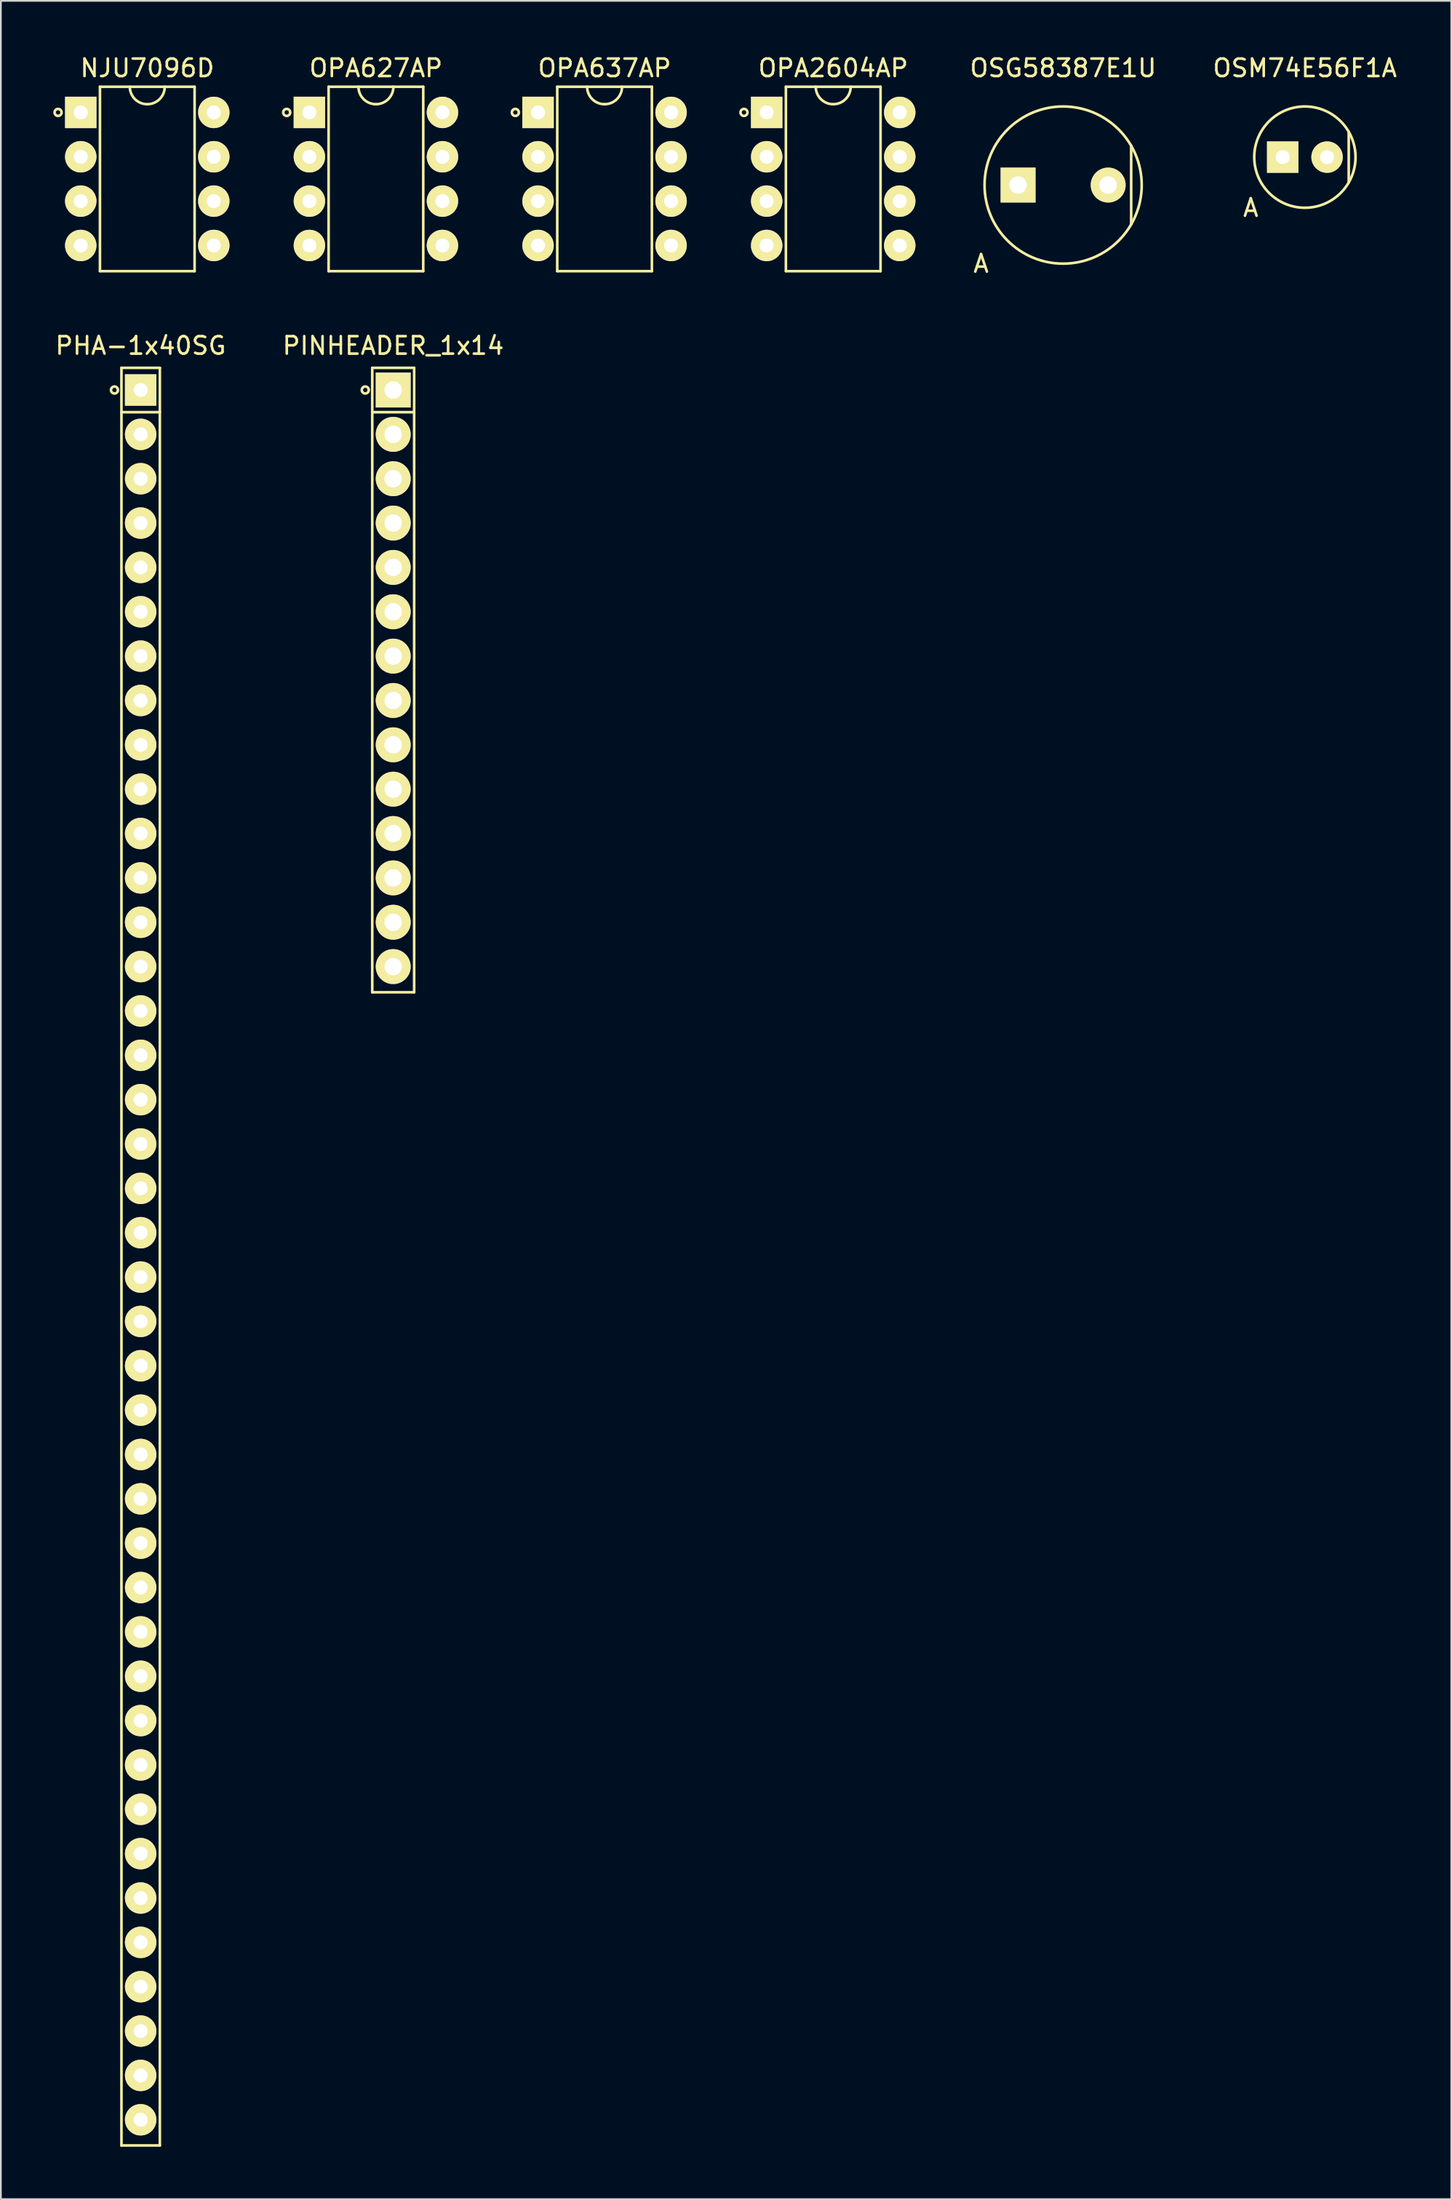
<source format=kicad_pcb>
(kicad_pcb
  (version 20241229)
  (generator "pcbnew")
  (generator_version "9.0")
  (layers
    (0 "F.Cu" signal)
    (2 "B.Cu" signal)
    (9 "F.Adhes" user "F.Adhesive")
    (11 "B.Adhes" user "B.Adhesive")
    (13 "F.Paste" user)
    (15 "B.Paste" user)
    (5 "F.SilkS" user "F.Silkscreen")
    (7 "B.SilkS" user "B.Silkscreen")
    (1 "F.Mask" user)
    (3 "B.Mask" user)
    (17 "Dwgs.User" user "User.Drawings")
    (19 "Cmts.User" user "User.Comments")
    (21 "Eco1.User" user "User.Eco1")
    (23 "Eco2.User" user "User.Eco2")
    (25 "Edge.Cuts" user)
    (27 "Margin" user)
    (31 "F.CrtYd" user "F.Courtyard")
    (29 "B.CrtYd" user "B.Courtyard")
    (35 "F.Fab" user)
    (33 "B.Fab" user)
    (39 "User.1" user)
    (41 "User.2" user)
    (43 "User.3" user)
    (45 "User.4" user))
  (footprint "OPA637AP"
    (layer "F.Cu")
    (at 27.765 3.388)
    (property "Reference" "OPA637AP" (at 3.81 -2.54 0) (layer "F.SilkS") (effects (font (size 1 1) (thickness 0.15))))
    (attr through_hole)
    (fp_line (start 1.1 -1.47) (end 6.52 -1.47) (stroke (width 0.15) (type solid)) (layer "F.SilkS"))
    (fp_line (start 1.1 9.09) (end 1.1 -1.47) (stroke (width 0.15) (type solid)) (layer "F.SilkS"))
    (fp_line (start 6.52 -1.47) (end 6.52 9.09) (stroke (width 0.15) (type solid)) (layer "F.SilkS"))
    (fp_line (start 6.52 9.09) (end 1.1 9.09) (stroke (width 0.15) (type solid)) (layer "F.SilkS"))
    (fp_arc (start 3.81 -0.47) (mid 3.102893 -0.762893) (end 2.81 -1.47) (stroke (width 0.15) (type solid)) (layer "F.SilkS"))
    (fp_arc (start 4.81 -1.47) (mid 4.517107 -0.762893) (end 3.81 -0.47) (stroke (width 0.15) (type solid)) (layer "F.SilkS"))
    (fp_circle (center -1.3 0) (end -1.3 0.2) (stroke (width 0.15) (type solid)) (fill no) (layer "F.SilkS"))
    (pad "1" thru_hole rect (at 0 0) (size 1.8 1.8) (drill 0.8) (layers "*.Cu" "*.Mask" "F.SilkS"))
    (pad "2" thru_hole circle (at 0 2.54) (size 1.8 1.8) (drill 0.8) (layers "*.Cu" "*.Mask" "F.SilkS"))
    (pad "3" thru_hole circle (at 0 5.08) (size 1.8 1.8) (drill 0.8) (layers "*.Cu" "*.Mask" "F.SilkS"))
    (pad "4" thru_hole circle (at 0 7.62) (size 1.8 1.8) (drill 0.8) (layers "*.Cu" "*.Mask" "F.SilkS"))
    (pad "5" thru_hole circle (at 7.62 7.62) (size 1.8 1.8) (drill 0.8) (layers "*.Cu" "*.Mask" "F.SilkS"))
    (pad "6" thru_hole circle (at 7.62 5.08) (size 1.8 1.8) (drill 0.8) (layers "*.Cu" "*.Mask" "F.SilkS"))
    (pad "7" thru_hole circle (at 7.62 2.54) (size 1.8 1.8) (drill 0.8) (layers "*.Cu" "*.Mask" "F.SilkS"))
    (pad "8" thru_hole circle (at 7.62 0) (size 1.8 1.8) (drill 0.8) (layers "*.Cu" "*.Mask" "F.SilkS")))
  (footprint "OPA627AP"
    (layer "F.Cu")
    (at 14.67 3.388)
    (property "Reference" "OPA627AP" (at 3.81 -2.54 0) (layer "F.SilkS") (effects (font (size 1 1) (thickness 0.15))))
    (attr through_hole)
    (fp_line (start 1.1 -1.47) (end 6.52 -1.47) (stroke (width 0.15) (type solid)) (layer "F.SilkS"))
    (fp_line (start 1.1 9.09) (end 1.1 -1.47) (stroke (width 0.15) (type solid)) (layer "F.SilkS"))
    (fp_line (start 6.52 -1.47) (end 6.52 9.09) (stroke (width 0.15) (type solid)) (layer "F.SilkS"))
    (fp_line (start 6.52 9.09) (end 1.1 9.09) (stroke (width 0.15) (type solid)) (layer "F.SilkS"))
    (fp_arc (start 3.81 -0.47) (mid 3.102893 -0.762893) (end 2.81 -1.47) (stroke (width 0.15) (type solid)) (layer "F.SilkS"))
    (fp_arc (start 4.81 -1.47) (mid 4.517107 -0.762893) (end 3.81 -0.47) (stroke (width 0.15) (type solid)) (layer "F.SilkS"))
    (fp_circle (center -1.3 0) (end -1.3 0.2) (stroke (width 0.15) (type solid)) (fill no) (layer "F.SilkS"))
    (pad "1" thru_hole rect (at 0 0) (size 1.8 1.8) (drill 0.8) (layers "*.Cu" "*.Mask" "F.SilkS"))
    (pad "2" thru_hole circle (at 0 2.54) (size 1.8 1.8) (drill 0.8) (layers "*.Cu" "*.Mask" "F.SilkS"))
    (pad "3" thru_hole circle (at 0 5.08) (size 1.8 1.8) (drill 0.8) (layers "*.Cu" "*.Mask" "F.SilkS"))
    (pad "4" thru_hole circle (at 0 7.62) (size 1.8 1.8) (drill 0.8) (layers "*.Cu" "*.Mask" "F.SilkS"))
    (pad "5" thru_hole circle (at 7.62 7.62) (size 1.8 1.8) (drill 0.8) (layers "*.Cu" "*.Mask" "F.SilkS"))
    (pad "6" thru_hole circle (at 7.62 5.08) (size 1.8 1.8) (drill 0.8) (layers "*.Cu" "*.Mask" "F.SilkS"))
    (pad "7" thru_hole circle (at 7.62 2.54) (size 1.8 1.8) (drill 0.8) (layers "*.Cu" "*.Mask" "F.SilkS"))
    (pad "8" thru_hole circle (at 7.62 0) (size 1.8 1.8) (drill 0.8) (layers "*.Cu" "*.Mask" "F.SilkS")))
  (footprint "PINHEADER_1x14"
    (layer "F.Cu")
    (at 19.47 19.285)
    (property "Reference" "PINHEADER_1x14" (at 0 -2.54 0) (layer "F.SilkS") (effects (font (size 1 1) (thickness 0.15))))
    (attr through_hole)
    (fp_line (start -1.2 -1.27) (end 1.2 -1.27) (stroke (width 0.15) (type solid)) (layer "F.SilkS"))
    (fp_line (start -1.2 1.27) (end 1.2 1.27) (stroke (width 0.15) (type solid)) (layer "F.SilkS"))
    (fp_line (start -1.2 34.49) (end -1.2 -1.27) (stroke (width 0.15) (type solid)) (layer "F.SilkS"))
    (fp_line (start 1.2 -1.27) (end 1.2 34.49) (stroke (width 0.15) (type solid)) (layer "F.SilkS"))
    (fp_line (start 1.2 34.49) (end -1.2 34.49) (stroke (width 0.15) (type solid)) (layer "F.SilkS"))
    (fp_circle (center -1.6 0) (end -1.6 0.2) (stroke (width 0.15) (type solid)) (fill no) (layer "F.SilkS"))
    (pad "1" thru_hole rect (at 0 0) (size 2 2) (drill 1) (layers "*.Cu" "*.Mask" "F.SilkS"))
    (pad "2" thru_hole circle (at 0 2.54) (size 2 2) (drill 1) (layers "*.Cu" "*.Mask" "F.SilkS"))
    (pad "3" thru_hole circle (at 0 5.08) (size 2 2) (drill 1) (layers "*.Cu" "*.Mask" "F.SilkS"))
    (pad "4" thru_hole circle (at 0 7.62) (size 2 2) (drill 1) (layers "*.Cu" "*.Mask" "F.SilkS"))
    (pad "5" thru_hole circle (at 0 10.16) (size 2 2) (drill 1) (layers "*.Cu" "*.Mask" "F.SilkS"))
    (pad "6" thru_hole circle (at 0 12.7) (size 2 2) (drill 1) (layers "*.Cu" "*.Mask" "F.SilkS"))
    (pad "7" thru_hole circle (at 0 15.24) (size 2 2) (drill 1) (layers "*.Cu" "*.Mask" "F.SilkS"))
    (pad "8" thru_hole circle (at 0 17.78) (size 2 2) (drill 1) (layers "*.Cu" "*.Mask" "F.SilkS"))
    (pad "9" thru_hole circle (at 0 20.32) (size 2 2) (drill 1) (layers "*.Cu" "*.Mask" "F.SilkS"))
    (pad "10" thru_hole circle (at 0 22.86) (size 2 2) (drill 1) (layers "*.Cu" "*.Mask" "F.SilkS"))
    (pad "11" thru_hole circle (at 0 25.4) (size 2 2) (drill 1) (layers "*.Cu" "*.Mask" "F.SilkS"))
    (pad "12" thru_hole circle (at 0 27.94) (size 2 2) (drill 1) (layers "*.Cu" "*.Mask" "F.SilkS"))
    (pad "13" thru_hole circle (at 0 30.48) (size 2 2) (drill 1) (layers "*.Cu" "*.Mask" "F.SilkS"))
    (pad "14" thru_hole circle (at 0 33.02) (size 2 2) (drill 1) (layers "*.Cu" "*.Mask" "F.SilkS")))
  (footprint "OSM74E56F1A"
    (layer "F.Cu")
    (at 70.414 5.948)
    (property "Reference" "OSM74E56F1A" (at 1.27 -5.1 0) (layer "F.SilkS") (effects (font (size 1 1) (thickness 0.15))))
    (attr through_hole)
    (fp_line (start 3.781 1.45) (end 3.781 -1.45) (stroke (width 0.15) (type solid)) (layer "F.SilkS"))
    (fp_circle (center 1.27 0) (end 1.27 -2.9) (stroke (width 0.15) (type solid)) (fill no) (layer "F.SilkS"))
    (fp_text user "A" (at -1.83 2.9 0) (layer "F.SilkS") (effects (font (size 1 1) (thickness 0.15))))
    (pad "1" thru_hole rect (at 0 0) (size 1.8 1.8) (drill 0.8) (layers "*.Cu" "*.Mask" "F.SilkS"))
    (pad "2" thru_hole circle (at 2.54 0) (size 1.8 1.8) (drill 0.8) (layers "*.Cu" "*.Mask" "F.SilkS")))
  (footprint "OPA2604AP"
    (layer "F.Cu")
    (at 40.86 3.388)
    (property "Reference" "OPA2604AP" (at 3.81 -2.54 0) (layer "F.SilkS") (effects (font (size 1 1) (thickness 0.15))))
    (attr through_hole)
    (fp_line (start 1.1 -1.47) (end 6.52 -1.47) (stroke (width 0.15) (type solid)) (layer "F.SilkS"))
    (fp_line (start 1.1 9.09) (end 1.1 -1.47) (stroke (width 0.15) (type solid)) (layer "F.SilkS"))
    (fp_line (start 6.52 -1.47) (end 6.52 9.09) (stroke (width 0.15) (type solid)) (layer "F.SilkS"))
    (fp_line (start 6.52 9.09) (end 1.1 9.09) (stroke (width 0.15) (type solid)) (layer "F.SilkS"))
    (fp_arc (start 3.81 -0.47) (mid 3.102893 -0.762893) (end 2.81 -1.47) (stroke (width 0.15) (type solid)) (layer "F.SilkS"))
    (fp_arc (start 4.81 -1.47) (mid 4.517107 -0.762893) (end 3.81 -0.47) (stroke (width 0.15) (type solid)) (layer "F.SilkS"))
    (fp_circle (center -1.3 0) (end -1.3 0.2) (stroke (width 0.15) (type solid)) (fill no) (layer "F.SilkS"))
    (pad "1" thru_hole rect (at 0 0) (size 1.8 1.8) (drill 0.8) (layers "*.Cu" "*.Mask" "F.SilkS"))
    (pad "2" thru_hole circle (at 0 2.54) (size 1.8 1.8) (drill 0.8) (layers "*.Cu" "*.Mask" "F.SilkS"))
    (pad "3" thru_hole circle (at 0 5.08) (size 1.8 1.8) (drill 0.8) (layers "*.Cu" "*.Mask" "F.SilkS"))
    (pad "4" thru_hole circle (at 0 7.62) (size 1.8 1.8) (drill 0.8) (layers "*.Cu" "*.Mask" "F.SilkS"))
    (pad "5" thru_hole circle (at 7.62 7.62) (size 1.8 1.8) (drill 0.8) (layers "*.Cu" "*.Mask" "F.SilkS"))
    (pad "6" thru_hole circle (at 7.62 5.08) (size 1.8 1.8) (drill 0.8) (layers "*.Cu" "*.Mask" "F.SilkS"))
    (pad "7" thru_hole circle (at 7.62 2.54) (size 1.8 1.8) (drill 0.8) (layers "*.Cu" "*.Mask" "F.SilkS"))
    (pad "8" thru_hole circle (at 7.62 0) (size 1.8 1.8) (drill 0.8) (layers "*.Cu" "*.Mask" "F.SilkS")))
  (footprint "NJU7096D"
    (layer "F.Cu")
    (at 1.575 3.388)
    (property "Reference" "NJU7096D" (at 3.81 -2.54 0) (layer "F.SilkS") (effects (font (size 1 1) (thickness 0.15))))
    (attr through_hole)
    (fp_line (start 1.1 -1.47) (end 6.52 -1.47) (stroke (width 0.15) (type solid)) (layer "F.SilkS"))
    (fp_line (start 1.1 9.09) (end 1.1 -1.47) (stroke (width 0.15) (type solid)) (layer "F.SilkS"))
    (fp_line (start 6.52 -1.47) (end 6.52 9.09) (stroke (width 0.15) (type solid)) (layer "F.SilkS"))
    (fp_line (start 6.52 9.09) (end 1.1 9.09) (stroke (width 0.15) (type solid)) (layer "F.SilkS"))
    (fp_arc (start 3.81 -0.47) (mid 3.102893 -0.762893) (end 2.81 -1.47) (stroke (width 0.15) (type solid)) (layer "F.SilkS"))
    (fp_arc (start 4.81 -1.47) (mid 4.517107 -0.762893) (end 3.81 -0.47) (stroke (width 0.15) (type solid)) (layer "F.SilkS"))
    (fp_circle (center -1.3 0) (end -1.3 0.2) (stroke (width 0.15) (type solid)) (fill no) (layer "F.SilkS"))
    (pad "1" thru_hole rect (at 0 0) (size 1.8 1.8) (drill 0.8) (layers "*.Cu" "*.Mask" "F.SilkS"))
    (pad "2" thru_hole circle (at 0 2.54) (size 1.8 1.8) (drill 0.8) (layers "*.Cu" "*.Mask" "F.SilkS"))
    (pad "3" thru_hole circle (at 0 5.08) (size 1.8 1.8) (drill 0.8) (layers "*.Cu" "*.Mask" "F.SilkS"))
    (pad "4" thru_hole circle (at 0 7.62) (size 1.8 1.8) (drill 0.8) (layers "*.Cu" "*.Mask" "F.SilkS"))
    (pad "5" thru_hole circle (at 7.62 7.62) (size 1.8 1.8) (drill 0.8) (layers "*.Cu" "*.Mask" "F.SilkS"))
    (pad "6" thru_hole circle (at 7.62 5.08) (size 1.8 1.8) (drill 0.8) (layers "*.Cu" "*.Mask" "F.SilkS"))
    (pad "7" thru_hole circle (at 7.62 2.54) (size 1.8 1.8) (drill 0.8) (layers "*.Cu" "*.Mask" "F.SilkS"))
    (pad "8" thru_hole circle (at 7.62 0) (size 1.8 1.8) (drill 0.8) (layers "*.Cu" "*.Mask" "F.SilkS")))
  (footprint "OSG58387E1U"
    (layer "F.Cu")
    (at 55.258 7.548)
    (property "Reference" "OSG58387E1U" (at 2.58 -6.7 0) (layer "F.SilkS") (effects (font (size 1 1) (thickness 0.15))))
    (attr through_hole)
    (fp_line (start 6.477 2.25) (end 6.477 -2.25) (stroke (width 0.15) (type solid)) (layer "F.SilkS"))
    (fp_circle (center 2.58 0) (end 2.58 -4.5) (stroke (width 0.15) (type solid)) (fill no) (layer "F.SilkS"))
    (fp_text user "A" (at -2.12 4.5 0) (layer "F.SilkS") (effects (font (size 1 1) (thickness 0.15))))
    (pad "1" thru_hole rect (at 0 0) (size 2 2) (drill 1) (layers "*.Cu" "*.Mask" "F.SilkS"))
    (pad "2" thru_hole circle (at 5.16 0) (size 2 2) (drill 1) (layers "*.Cu" "*.Mask" "F.SilkS")))
  (footprint "PHA-1x40SG"
    (layer "F.Cu")
    (at 5.006 19.285)
    (property "Reference" "PHA-1x40SG" (at 0 -2.54 0) (layer "F.SilkS") (effects (font (size 1 1) (thickness 0.15))))
    (attr through_hole)
    (fp_line (start -1.1 -1.27) (end 1.1 -1.27) (stroke (width 0.15) (type solid)) (layer "F.SilkS"))
    (fp_line (start -1.1 1.27) (end 1.1 1.27) (stroke (width 0.15) (type solid)) (layer "F.SilkS"))
    (fp_line (start -1.1 100.53) (end -1.1 -1.27) (stroke (width 0.15) (type solid)) (layer "F.SilkS"))
    (fp_line (start 1.1 -1.27) (end 1.1 100.53) (stroke (width 0.15) (type solid)) (layer "F.SilkS"))
    (fp_line (start 1.1 100.53) (end -1.1 100.53) (stroke (width 0.15) (type solid)) (layer "F.SilkS"))
    (fp_circle (center -1.5 0) (end -1.5 0.2) (stroke (width 0.15) (type solid)) (fill no) (layer "F.SilkS"))
    (pad "1" thru_hole rect (at 0 0) (size 1.8 1.8) (drill 0.8) (layers "*.Cu" "*.Mask" "F.SilkS"))
    (pad "2" thru_hole circle (at 0 2.54) (size 1.8 1.8) (drill 0.8) (layers "*.Cu" "*.Mask" "F.SilkS"))
    (pad "3" thru_hole circle (at 0 5.08) (size 1.8 1.8) (drill 0.8) (layers "*.Cu" "*.Mask" "F.SilkS"))
    (pad "4" thru_hole circle (at 0 7.62) (size 1.8 1.8) (drill 0.8) (layers "*.Cu" "*.Mask" "F.SilkS"))
    (pad "5" thru_hole circle (at 0 10.16) (size 1.8 1.8) (drill 0.8) (layers "*.Cu" "*.Mask" "F.SilkS"))
    (pad "6" thru_hole circle (at 0 12.7) (size 1.8 1.8) (drill 0.8) (layers "*.Cu" "*.Mask" "F.SilkS"))
    (pad "7" thru_hole circle (at 0 15.24) (size 1.8 1.8) (drill 0.8) (layers "*.Cu" "*.Mask" "F.SilkS"))
    (pad "8" thru_hole circle (at 0 17.78) (size 1.8 1.8) (drill 0.8) (layers "*.Cu" "*.Mask" "F.SilkS"))
    (pad "9" thru_hole circle (at 0 20.32) (size 1.8 1.8) (drill 0.8) (layers "*.Cu" "*.Mask" "F.SilkS"))
    (pad "10" thru_hole circle (at 0 22.86) (size 1.8 1.8) (drill 0.8) (layers "*.Cu" "*.Mask" "F.SilkS"))
    (pad "11" thru_hole circle (at 0 25.4) (size 1.8 1.8) (drill 0.8) (layers "*.Cu" "*.Mask" "F.SilkS"))
    (pad "12" thru_hole circle (at 0 27.94) (size 1.8 1.8) (drill 0.8) (layers "*.Cu" "*.Mask" "F.SilkS"))
    (pad "13" thru_hole circle (at 0 30.48) (size 1.8 1.8) (drill 0.8) (layers "*.Cu" "*.Mask" "F.SilkS"))
    (pad "14" thru_hole circle (at 0 33.02) (size 1.8 1.8) (drill 0.8) (layers "*.Cu" "*.Mask" "F.SilkS"))
    (pad "15" thru_hole circle (at 0 35.56) (size 1.8 1.8) (drill 0.8) (layers "*.Cu" "*.Mask" "F.SilkS"))
    (pad "16" thru_hole circle (at 0 38.1) (size 1.8 1.8) (drill 0.8) (layers "*.Cu" "*.Mask" "F.SilkS"))
    (pad "17" thru_hole circle (at 0 40.64) (size 1.8 1.8) (drill 0.8) (layers "*.Cu" "*.Mask" "F.SilkS"))
    (pad "18" thru_hole circle (at 0 43.18) (size 1.8 1.8) (drill 0.8) (layers "*.Cu" "*.Mask" "F.SilkS"))
    (pad "19" thru_hole circle (at 0 45.72) (size 1.8 1.8) (drill 0.8) (layers "*.Cu" "*.Mask" "F.SilkS"))
    (pad "20" thru_hole circle (at 0 48.26) (size 1.8 1.8) (drill 0.8) (layers "*.Cu" "*.Mask" "F.SilkS"))
    (pad "21" thru_hole circle (at 0 50.8) (size 1.8 1.8) (drill 0.8) (layers "*.Cu" "*.Mask" "F.SilkS"))
    (pad "22" thru_hole circle (at 0 53.34) (size 1.8 1.8) (drill 0.8) (layers "*.Cu" "*.Mask" "F.SilkS"))
    (pad "23" thru_hole circle (at 0 55.88) (size 1.8 1.8) (drill 0.8) (layers "*.Cu" "*.Mask" "F.SilkS"))
    (pad "24" thru_hole circle (at 0 58.42) (size 1.8 1.8) (drill 0.8) (layers "*.Cu" "*.Mask" "F.SilkS"))
    (pad "25" thru_hole circle (at 0 60.96) (size 1.8 1.8) (drill 0.8) (layers "*.Cu" "*.Mask" "F.SilkS"))
    (pad "26" thru_hole circle (at 0 63.5) (size 1.8 1.8) (drill 0.8) (layers "*.Cu" "*.Mask" "F.SilkS"))
    (pad "27" thru_hole circle (at 0 66.04) (size 1.8 1.8) (drill 0.8) (layers "*.Cu" "*.Mask" "F.SilkS"))
    (pad "28" thru_hole circle (at 0 68.58) (size 1.8 1.8) (drill 0.8) (layers "*.Cu" "*.Mask" "F.SilkS"))
    (pad "29" thru_hole circle (at 0 71.12) (size 1.8 1.8) (drill 0.8) (layers "*.Cu" "*.Mask" "F.SilkS"))
    (pad "30" thru_hole circle (at 0 73.66) (size 1.8 1.8) (drill 0.8) (layers "*.Cu" "*.Mask" "F.SilkS"))
    (pad "31" thru_hole circle (at 0 76.2) (size 1.8 1.8) (drill 0.8) (layers "*.Cu" "*.Mask" "F.SilkS"))
    (pad "32" thru_hole circle (at 0 78.74) (size 1.8 1.8) (drill 0.8) (layers "*.Cu" "*.Mask" "F.SilkS"))
    (pad "33" thru_hole circle (at 0 81.28) (size 1.8 1.8) (drill 0.8) (layers "*.Cu" "*.Mask" "F.SilkS"))
    (pad "34" thru_hole circle (at 0 83.82) (size 1.8 1.8) (drill 0.8) (layers "*.Cu" "*.Mask" "F.SilkS"))
    (pad "35" thru_hole circle (at 0 86.36) (size 1.8 1.8) (drill 0.8) (layers "*.Cu" "*.Mask" "F.SilkS"))
    (pad "36" thru_hole circle (at 0 88.9) (size 1.8 1.8) (drill 0.8) (layers "*.Cu" "*.Mask" "F.SilkS"))
    (pad "37" thru_hole circle (at 0 91.44) (size 1.8 1.8) (drill 0.8) (layers "*.Cu" "*.Mask" "F.SilkS"))
    (pad "38" thru_hole circle (at 0 93.98) (size 1.8 1.8) (drill 0.8) (layers "*.Cu" "*.Mask" "F.SilkS"))
    (pad "39" thru_hole circle (at 0 96.52) (size 1.8 1.8) (drill 0.8) (layers "*.Cu" "*.Mask" "F.SilkS"))
    (pad "40" thru_hole circle (at 0 99.06) (size 1.8 1.8) (drill 0.8) (layers "*.Cu" "*.Mask" "F.SilkS")))
  (gr_rect
    (start -3 -3)
    (end 80.07 122.89)
    (stroke (width 0.1) (type default))
    (fill no)
    (layer "Edge.Cuts")))
</source>
